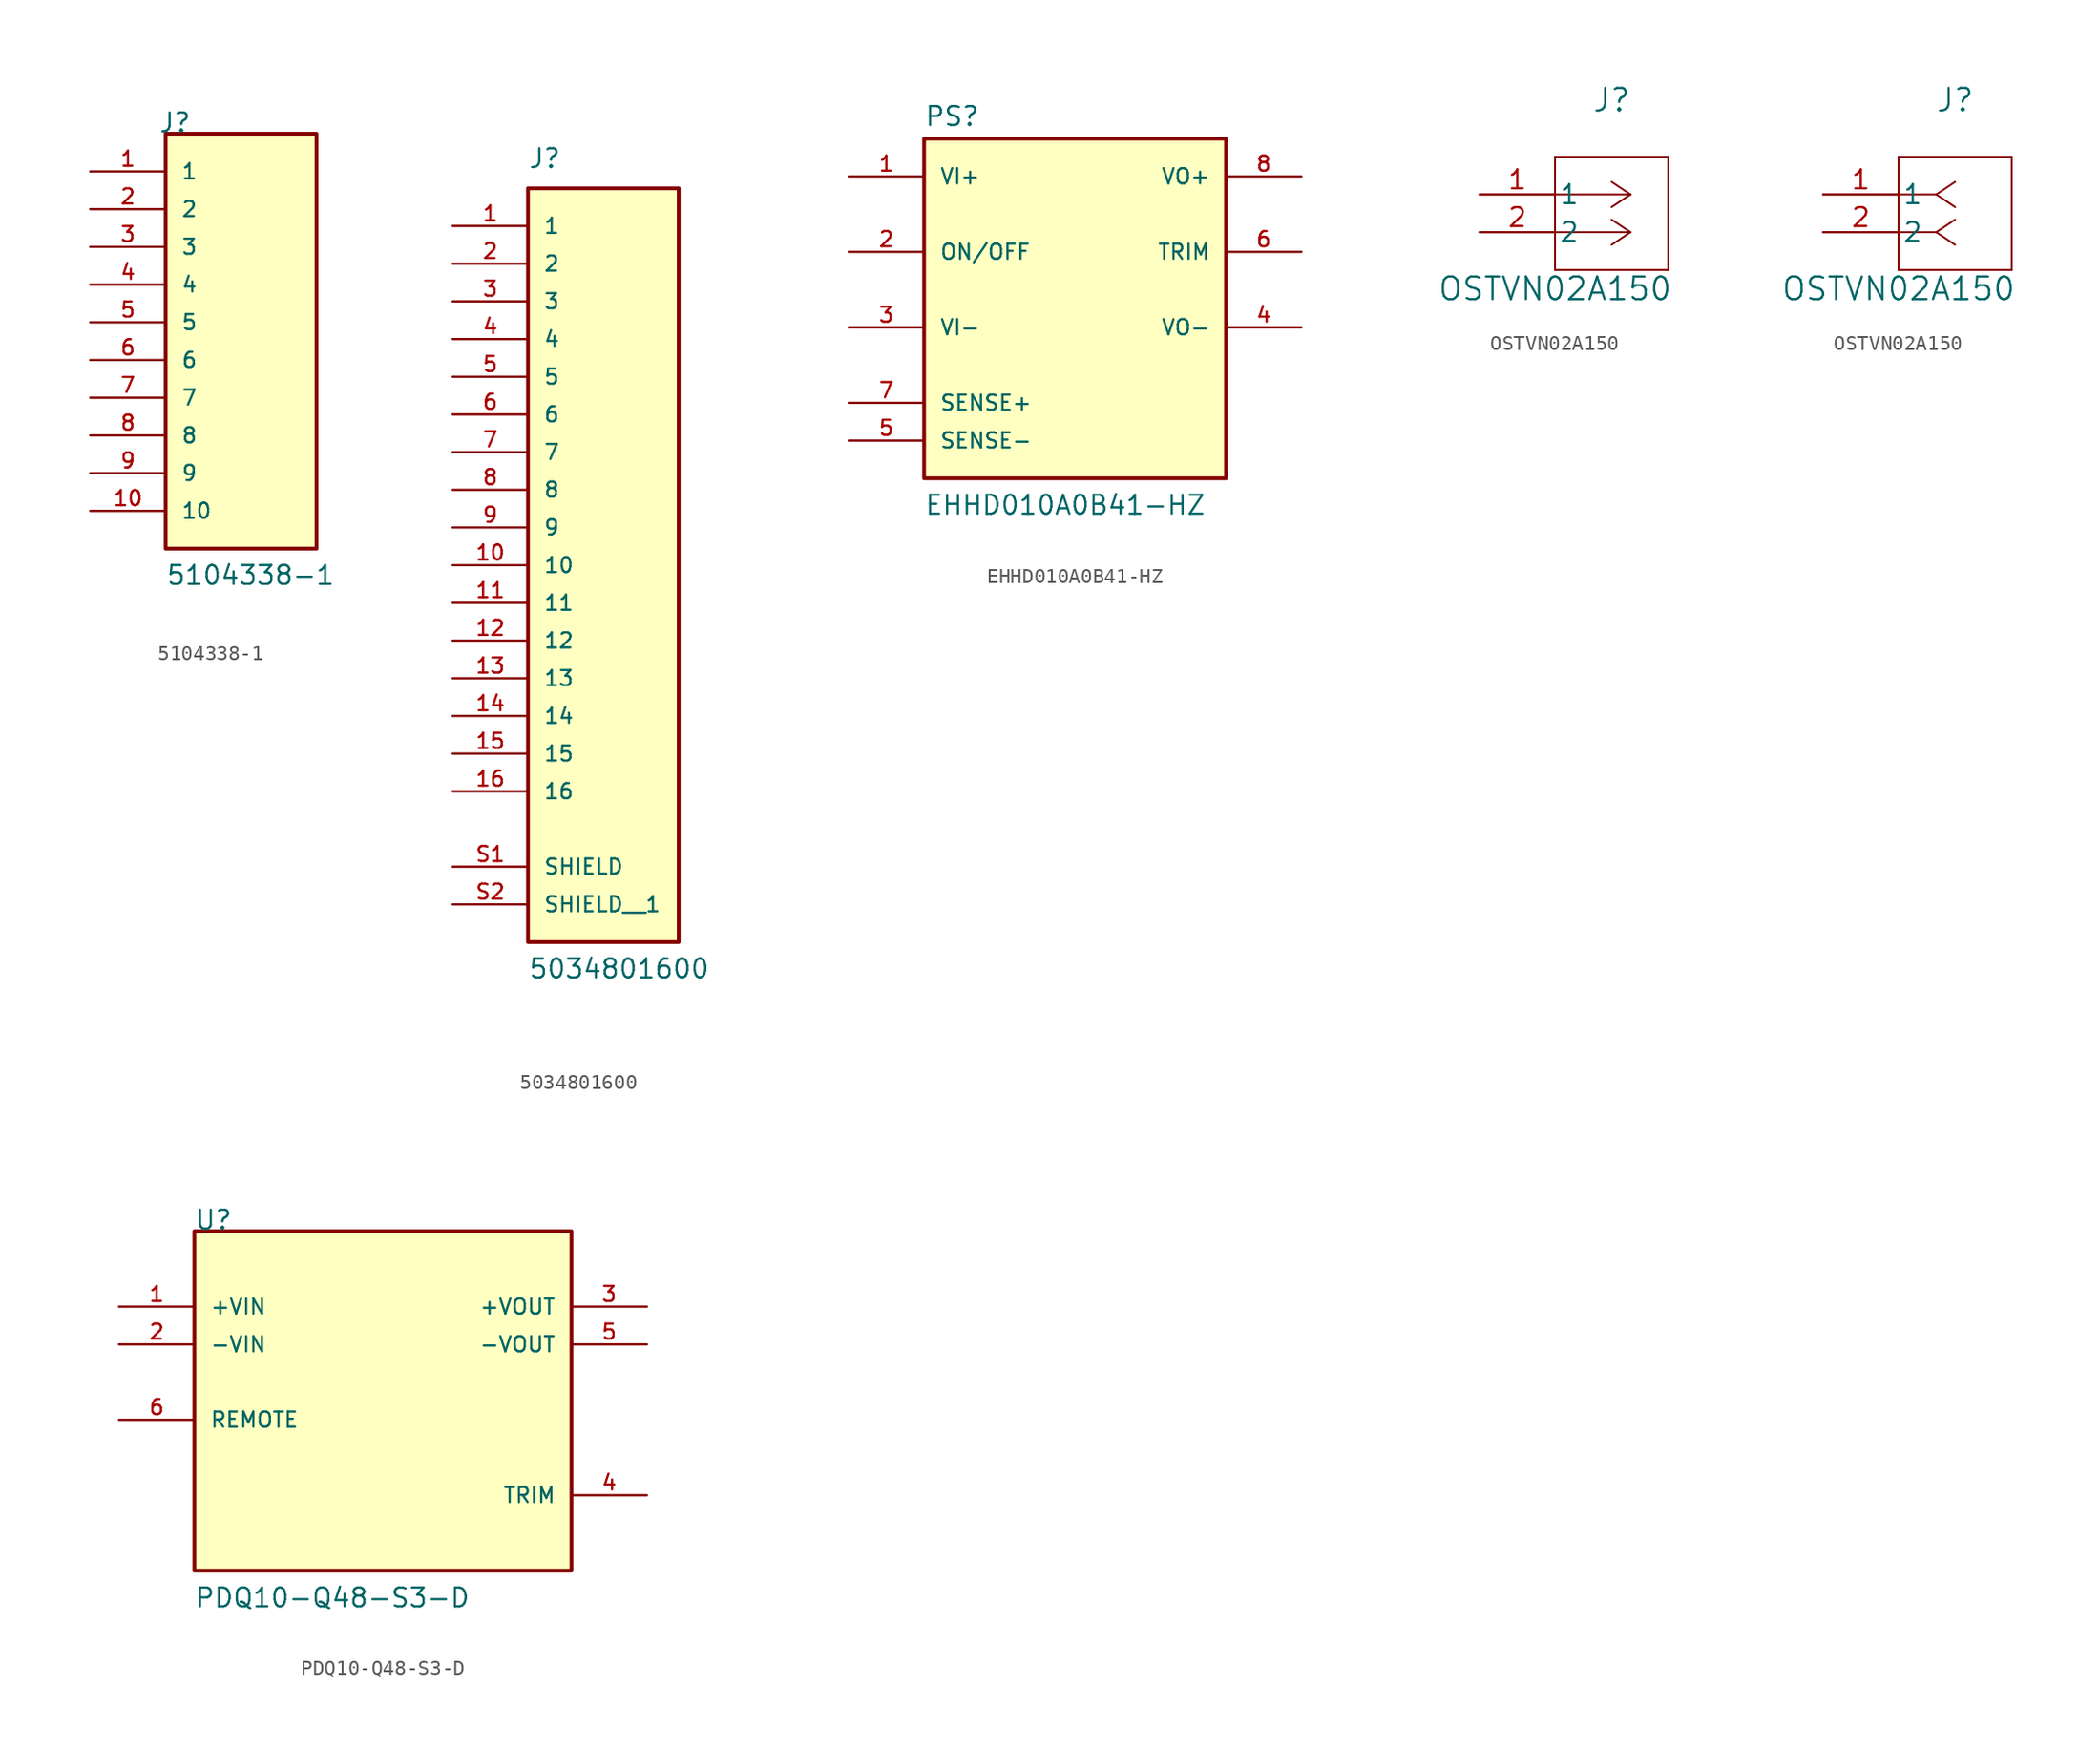
<source format=kicad_sym>
(kicad_symbol_lib
  (version 20231120)
  (generator "kicad_symbol_editor")
  (generator_version "8.0")
  (symbol "5104338-1"
    (pin_names
      (offset 1.016))
    (property "Reference" "J"
      (at -5.58 15.24 0)
      (effects (font (size 1.27 1.27)) (justify left bottom)))
    (property "Value" "5104338-1"
      (at -5.08 -15.24 0)
      (effects (font (size 1.27 1.27)) (justify left bottom)))
    (symbol "5104338-1_0_0"
      (rectangle (start -5.08 -12.7) (end 5.08 15.24) (stroke (width 0.254) (type default)) (fill (type background)))
      (pin passive line (at -10.16 12.7 0) (length 5.08) (name "1" (effects (font (size 1.016 1.016)))) (number "1" (effects (font (size 1.016 1.016)))))
      (pin passive line (at -10.16 -10.16 0) (length 5.08) (name "10" (effects (font (size 1.016 1.016)))) (number "10" (effects (font (size 1.016 1.016)))))
      (pin passive line (at -10.16 10.16 0) (length 5.08) (name "2" (effects (font (size 1.016 1.016)))) (number "2" (effects (font (size 1.016 1.016)))))
      (pin passive line (at -10.16 7.62 0) (length 5.08) (name "3" (effects (font (size 1.016 1.016)))) (number "3" (effects (font (size 1.016 1.016)))))
      (pin passive line (at -10.16 5.08 0) (length 5.08) (name "4" (effects (font (size 1.016 1.016)))) (number "4" (effects (font (size 1.016 1.016)))))
      (pin passive line (at -10.16 2.54 0) (length 5.08) (name "5" (effects (font (size 1.016 1.016)))) (number "5" (effects (font (size 1.016 1.016)))))
      (pin passive line (at -10.16 0 0) (length 5.08) (name "6" (effects (font (size 1.016 1.016)))) (number "6" (effects (font (size 1.016 1.016)))))
      (pin passive line (at -10.16 -2.54 0) (length 5.08) (name "7" (effects (font (size 1.016 1.016)))) (number "7" (effects (font (size 1.016 1.016)))))
      (pin passive line (at -10.16 -5.08 0) (length 5.08) (name "8" (effects (font (size 1.016 1.016)))) (number "8" (effects (font (size 1.016 1.016)))))
      (pin passive line (at -10.16 -7.62 0) (length 5.08) (name "9" (effects (font (size 1.016 1.016)))) (number "9" (effects (font (size 1.016 1.016)))))))
  (symbol "5034801600"
    (pin_names
      (offset 1.016))
    (property "Reference" "J"
      (at -5.08 24.13 0)
      (effects (font (size 1.27 1.27)) (justify left bottom)))
    (property "Value" "5034801600"
      (at -5.08 -30.48 0)
      (effects (font (size 1.27 1.27)) (justify left bottom)))
    (symbol "5034801600_0_0"
      (rectangle (start -5.08 -27.94) (end 5.08 22.86) (stroke (width 0.254) (type default)) (fill (type background)))
      (pin passive line (at -10.16 20.32 0) (length 5.08) (name "1" (effects (font (size 1.016 1.016)))) (number "1" (effects (font (size 1.016 1.016)))))
      (pin passive line (at -10.16 -2.54 0) (length 5.08) (name "10" (effects (font (size 1.016 1.016)))) (number "10" (effects (font (size 1.016 1.016)))))
      (pin passive line (at -10.16 -5.08 0) (length 5.08) (name "11" (effects (font (size 1.016 1.016)))) (number "11" (effects (font (size 1.016 1.016)))))
      (pin passive line (at -10.16 -7.62 0) (length 5.08) (name "12" (effects (font (size 1.016 1.016)))) (number "12" (effects (font (size 1.016 1.016)))))
      (pin passive line (at -10.16 -10.16 0) (length 5.08) (name "13" (effects (font (size 1.016 1.016)))) (number "13" (effects (font (size 1.016 1.016)))))
      (pin passive line (at -10.16 -12.7 0) (length 5.08) (name "14" (effects (font (size 1.016 1.016)))) (number "14" (effects (font (size 1.016 1.016)))))
      (pin passive line (at -10.16 -15.24 0) (length 5.08) (name "15" (effects (font (size 1.016 1.016)))) (number "15" (effects (font (size 1.016 1.016)))))
      (pin passive line (at -10.16 -17.78 0) (length 5.08) (name "16" (effects (font (size 1.016 1.016)))) (number "16" (effects (font (size 1.016 1.016)))))
      (pin passive line (at -10.16 17.78 0) (length 5.08) (name "2" (effects (font (size 1.016 1.016)))) (number "2" (effects (font (size 1.016 1.016)))))
      (pin passive line (at -10.16 15.24 0) (length 5.08) (name "3" (effects (font (size 1.016 1.016)))) (number "3" (effects (font (size 1.016 1.016)))))
      (pin passive line (at -10.16 12.7 0) (length 5.08) (name "4" (effects (font (size 1.016 1.016)))) (number "4" (effects (font (size 1.016 1.016)))))
      (pin passive line (at -10.16 10.16 0) (length 5.08) (name "5" (effects (font (size 1.016 1.016)))) (number "5" (effects (font (size 1.016 1.016)))))
      (pin passive line (at -10.16 7.62 0) (length 5.08) (name "6" (effects (font (size 1.016 1.016)))) (number "6" (effects (font (size 1.016 1.016)))))
      (pin passive line (at -10.16 5.08 0) (length 5.08) (name "7" (effects (font (size 1.016 1.016)))) (number "7" (effects (font (size 1.016 1.016)))))
      (pin passive line (at -10.16 2.54 0) (length 5.08) (name "8" (effects (font (size 1.016 1.016)))) (number "8" (effects (font (size 1.016 1.016)))))
      (pin passive line (at -10.16 0 0) (length 5.08) (name "9" (effects (font (size 1.016 1.016)))) (number "9" (effects (font (size 1.016 1.016)))))
      (pin passive line (at -10.16 -22.86 0) (length 5.08) (name "SHIELD" (effects (font (size 1.016 1.016)))) (number "S1" (effects (font (size 1.016 1.016)))))
      (pin passive line (at -10.16 -25.4 0) (length 5.08) (name "SHIELD__1" (effects (font (size 1.016 1.016)))) (number "S2" (effects (font (size 1.016 1.016)))))))
  (symbol "EHHD010A0B41-HZ"
    (pin_names
      (offset 1.016))
    (property "Reference" "PS"
      (at -10.16 13.462 0)
      (effects (font (size 1.27 1.27)) (justify left bottom)))
    (property "Value" "EHHD010A0B41-HZ"
      (at -10.16 -12.7 0)
      (effects (font (size 1.27 1.27)) (justify left bottom)))
    (symbol "EHHD010A0B41-HZ_0_0"
      (rectangle (start -10.16 12.7) (end 10.16 -10.16) (stroke (width 0.254) (type default)) (fill (type background)))
      (pin input line (at -15.24 10.16 0) (length 5.08) (name "VI+" (effects (font (size 1.016 1.016)))) (number "1" (effects (font (size 1.016 1.016)))))
      (pin input line (at -15.24 5.08 0) (length 5.08) (name "ON/OFF" (effects (font (size 1.016 1.016)))) (number "2" (effects (font (size 1.016 1.016)))))
      (pin input line (at -15.24 0 0) (length 5.08) (name "VI-" (effects (font (size 1.016 1.016)))) (number "3" (effects (font (size 1.016 1.016)))))
      (pin output line (at 15.24 0 180) (length 5.08) (name "VO-" (effects (font (size 1.016 1.016)))) (number "4" (effects (font (size 1.016 1.016)))))
      (pin input line (at -15.24 -7.62 0) (length 5.08) (name "SENSE-" (effects (font (size 1.016 1.016)))) (number "5" (effects (font (size 1.016 1.016)))))
      (pin input line (at 15.24 5.08 180) (length 5.08) (name "TRIM" (effects (font (size 1.016 1.016)))) (number "6" (effects (font (size 1.016 1.016)))))
      (pin input line (at -15.24 -5.08 0) (length 5.08) (name "SENSE+" (effects (font (size 1.016 1.016)))) (number "7" (effects (font (size 1.016 1.016)))))
      (pin output line (at 15.24 10.16 180) (length 5.08) (name "VO+" (effects (font (size 1.016 1.016)))) (number "8" (effects (font (size 1.016 1.016)))))))
  (symbol "OSTVN02A150"
    (pin_names
      (offset 0.254))
    (property "Reference" "J"
      (at 8.89 6.35 0)
      (effects (font (size 1.524 1.524))))
    (property "Value" "OSTVN02A150"
      (at 5.08 -6.35 0)
      (effects (font (size 1.524 1.524))))
    (property "ki_locked" ""
      (at 0 0 0)
      (effects (font (size 1.27 1.27))))
    (symbol "OSTVN02A150_1_1"
      (polyline (pts (xy 5.08 -5.08) (xy 12.7 -5.08)) (stroke (width 0.127) (type default)) (fill (type none)))
      (polyline (pts (xy 5.08 2.54) (xy 5.08 -5.08)) (stroke (width 0.127) (type default)) (fill (type none)))
      (polyline (pts (xy 10.16 -2.54) (xy 5.08 -2.54)) (stroke (width 0.127) (type default)) (fill (type none)))
      (polyline (pts (xy 10.16 -2.54) (xy 8.89 -3.387)) (stroke (width 0.127) (type default)) (fill (type none)))
      (polyline (pts (xy 10.16 -2.54) (xy 8.89 -1.693)) (stroke (width 0.127) (type default)) (fill (type none)))
      (polyline (pts (xy 10.16 0) (xy 5.08 0)) (stroke (width 0.127) (type default)) (fill (type none)))
      (polyline (pts (xy 10.16 0) (xy 8.89 -0.847)) (stroke (width 0.127) (type default)) (fill (type none)))
      (polyline (pts (xy 10.16 0) (xy 8.89 0.847)) (stroke (width 0.127) (type default)) (fill (type none)))
      (polyline (pts (xy 12.7 -5.08) (xy 12.7 2.54)) (stroke (width 0.127) (type default)) (fill (type none)))
      (polyline (pts (xy 12.7 2.54) (xy 5.08 2.54)) (stroke (width 0.127) (type default)) (fill (type none)))
      (pin unspecified line (at 0 0 0) (length 5.08) (name "1" (effects (font (size 1.27 1.27)))) (number "1" (effects (font (size 1.27 1.27)))))
      (pin unspecified line (at 0 -2.54 0) (length 5.08) (name "2" (effects (font (size 1.27 1.27)))) (number "2" (effects (font (size 1.27 1.27))))))
    (symbol "OSTVN02A150_1_2"
      (polyline (pts (xy 5.08 -5.08) (xy 12.7 -5.08)) (stroke (width 0.127) (type default)) (fill (type none)))
      (polyline (pts (xy 5.08 2.54) (xy 5.08 -5.08)) (stroke (width 0.127) (type default)) (fill (type none)))
      (polyline (pts (xy 7.62 -2.54) (xy 5.08 -2.54)) (stroke (width 0.127) (type default)) (fill (type none)))
      (polyline (pts (xy 7.62 -2.54) (xy 8.89 -3.387)) (stroke (width 0.127) (type default)) (fill (type none)))
      (polyline (pts (xy 7.62 -2.54) (xy 8.89 -1.693)) (stroke (width 0.127) (type default)) (fill (type none)))
      (polyline (pts (xy 7.62 0) (xy 5.08 0)) (stroke (width 0.127) (type default)) (fill (type none)))
      (polyline (pts (xy 7.62 0) (xy 8.89 -0.847)) (stroke (width 0.127) (type default)) (fill (type none)))
      (polyline (pts (xy 7.62 0) (xy 8.89 0.847)) (stroke (width 0.127) (type default)) (fill (type none)))
      (polyline (pts (xy 12.7 -5.08) (xy 12.7 2.54)) (stroke (width 0.127) (type default)) (fill (type none)))
      (polyline (pts (xy 12.7 2.54) (xy 5.08 2.54)) (stroke (width 0.127) (type default)) (fill (type none)))
      (pin unspecified line (at 0 0 0) (length 5.08) (name "1" (effects (font (size 1.27 1.27)))) (number "1" (effects (font (size 1.27 1.27)))))
      (pin unspecified line (at 0 -2.54 0) (length 5.08) (name "2" (effects (font (size 1.27 1.27)))) (number "2" (effects (font (size 1.27 1.27)))))))
  (symbol "PDQ10-Q48-S3-D"
    (pin_names
      (offset 1.016))
    (property "Reference" "U"
      (at -12.725 10.18 0)
      (effects (font (size 1.27 1.27)) (justify left bottom)))
    (property "Value" "PDQ10-Q48-S3-D"
      (at -12.725 -15.27 0)
      (effects (font (size 1.27 1.27)) (justify left bottom)))
    (symbol "PDQ10-Q48-S3-D_0_0"
      (rectangle (start -12.7 -12.7) (end 12.7 10.16) (stroke (width 0.254) (type default)) (fill (type background)))
      (pin input line (at -17.78 5.08 0) (length 5.08) (name "+VIN" (effects (font (size 1.016 1.016)))) (number "1" (effects (font (size 1.016 1.016)))))
      (pin input line (at -17.78 2.54 0) (length 5.08) (name "-VIN" (effects (font (size 1.016 1.016)))) (number "2" (effects (font (size 1.016 1.016)))))
      (pin output line (at 17.78 5.08 180) (length 5.08) (name "+VOUT" (effects (font (size 1.016 1.016)))) (number "3" (effects (font (size 1.016 1.016)))))
      (pin passive line (at 17.78 -7.62 180) (length 5.08) (name "TRIM" (effects (font (size 1.016 1.016)))) (number "4" (effects (font (size 1.016 1.016)))))
      (pin output line (at 17.78 2.54 180) (length 5.08) (name "-VOUT" (effects (font (size 1.016 1.016)))) (number "5" (effects (font (size 1.016 1.016)))))
      (pin input line (at -17.78 -2.54 0) (length 5.08) (name "REMOTE" (effects (font (size 1.016 1.016)))) (number "6" (effects (font (size 1.016 1.016))))))))
</source>
